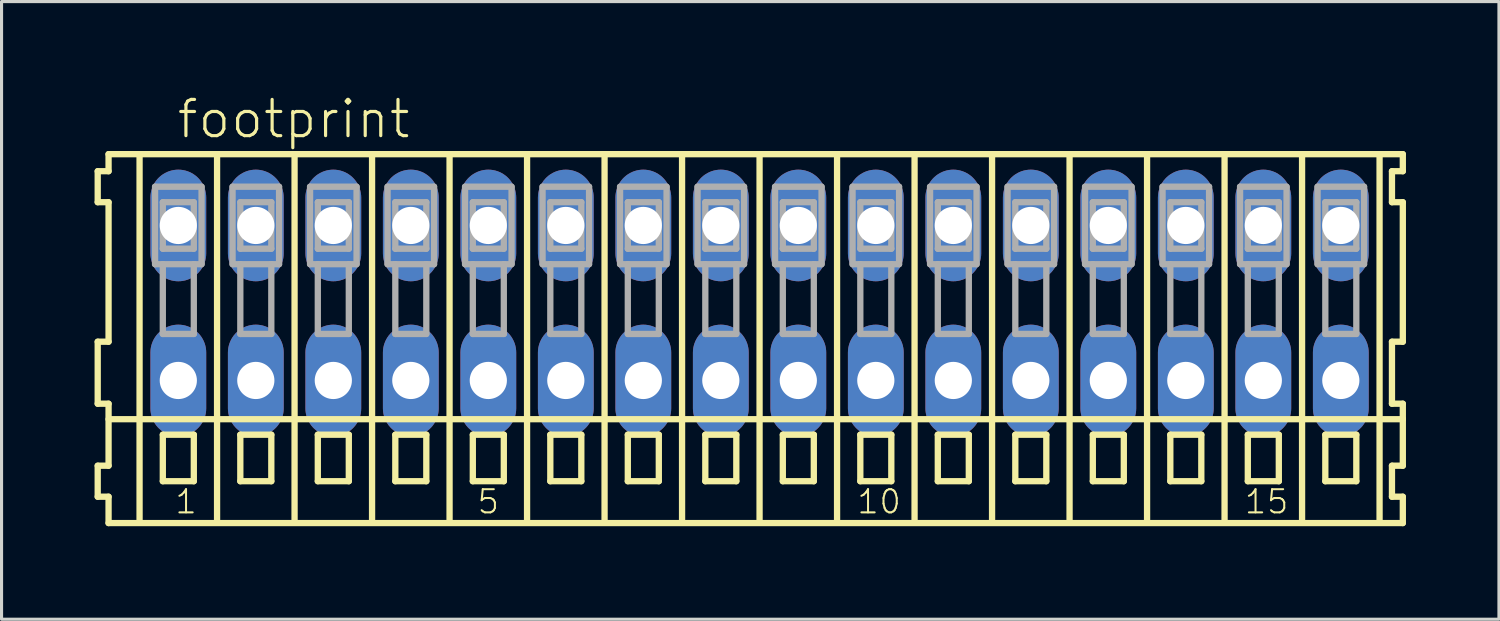
<source format=kicad_pcb>
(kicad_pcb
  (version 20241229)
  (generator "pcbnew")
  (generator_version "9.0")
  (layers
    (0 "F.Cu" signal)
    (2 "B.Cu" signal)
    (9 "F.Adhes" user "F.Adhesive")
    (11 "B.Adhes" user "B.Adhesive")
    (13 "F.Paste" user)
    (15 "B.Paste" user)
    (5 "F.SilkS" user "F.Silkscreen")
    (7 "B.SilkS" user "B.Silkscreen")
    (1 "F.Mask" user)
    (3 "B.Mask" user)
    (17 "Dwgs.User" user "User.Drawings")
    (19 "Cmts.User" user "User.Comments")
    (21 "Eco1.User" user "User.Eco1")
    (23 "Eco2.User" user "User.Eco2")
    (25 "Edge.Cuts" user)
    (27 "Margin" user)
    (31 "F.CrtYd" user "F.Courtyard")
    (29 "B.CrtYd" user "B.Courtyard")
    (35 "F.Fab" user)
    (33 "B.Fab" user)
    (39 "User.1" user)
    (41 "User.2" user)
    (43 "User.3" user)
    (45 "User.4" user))
  (footprint "footprint"
    (layer "F.Cu")
    (at 21.452 6.723)
    (property "Reference" "footprint" (at -18.85 -5.25 0) (layer "F.SilkS") (effects (font (size 1.168 1.168) (thickness 0.102)) (justify left bottom)))
    (fp_line (start -21.35 -4.25) (end -21.35 -3.25) (stroke (width 0.203) (type solid)) (layer "F.SilkS"))
    (fp_line (start -21.35 -3.25) (end -21 -3.25) (stroke (width 0.203) (type solid)) (layer "F.SilkS"))
    (fp_line (start -21.35 1.25) (end -21.35 3.25) (stroke (width 0.203) (type solid)) (layer "F.SilkS"))
    (fp_line (start -21.35 3.25) (end -21 3.25) (stroke (width 0.203) (type solid)) (layer "F.SilkS"))
    (fp_line (start -21.35 5.25) (end -21.35 6.25) (stroke (width 0.203) (type solid)) (layer "F.SilkS"))
    (fp_line (start -21.35 6.25) (end -21 6.25) (stroke (width 0.203) (type solid)) (layer "F.SilkS"))
    (fp_line (start -21 -4.8) (end -21 -4.25) (stroke (width 0.203) (type solid)) (layer "F.SilkS"))
    (fp_line (start -21 -4.25) (end -21.35 -4.25) (stroke (width 0.203) (type solid)) (layer "F.SilkS"))
    (fp_line (start -21 -3.25) (end -21 1.25) (stroke (width 0.203) (type solid)) (layer "F.SilkS"))
    (fp_line (start -21 1.25) (end -21.35 1.25) (stroke (width 0.203) (type solid)) (layer "F.SilkS"))
    (fp_line (start -21 3.25) (end -21 5.25) (stroke (width 0.203) (type solid)) (layer "F.SilkS"))
    (fp_line (start -21 3.75) (end 20.75 3.75) (stroke (width 0.203) (type solid)) (layer "F.SilkS"))
    (fp_line (start -21 5.25) (end -21.35 5.25) (stroke (width 0.203) (type solid)) (layer "F.SilkS"))
    (fp_line (start -21 6.25) (end -21 7.1) (stroke (width 0.203) (type solid)) (layer "F.SilkS"))
    (fp_line (start -21 7.1) (end 20.75 7.1) (stroke (width 0.203) (type solid)) (layer "F.SilkS"))
    (fp_line (start -20 -4.75) (end -20 7) (stroke (width 0.203) (type solid)) (layer "F.SilkS"))
    (fp_line (start -19.25 4.25) (end -19.25 5.75) (stroke (width 0.203) (type solid)) (layer "F.SilkS"))
    (fp_line (start -19.25 5.75) (end -18.25 5.75) (stroke (width 0.203) (type solid)) (layer "F.SilkS"))
    (fp_line (start -18.25 4.25) (end -19.25 4.25) (stroke (width 0.203) (type solid)) (layer "F.SilkS"))
    (fp_line (start -18.25 5.75) (end -18.25 4.25) (stroke (width 0.203) (type solid)) (layer "F.SilkS"))
    (fp_line (start -17.5 -4.75) (end -17.5 7) (stroke (width 0.203) (type solid)) (layer "F.SilkS"))
    (fp_line (start -16.75 4.25) (end -16.75 5.75) (stroke (width 0.203) (type solid)) (layer "F.SilkS"))
    (fp_line (start -16.75 5.75) (end -15.75 5.75) (stroke (width 0.203) (type solid)) (layer "F.SilkS"))
    (fp_line (start -15.75 4.25) (end -16.75 4.25) (stroke (width 0.203) (type solid)) (layer "F.SilkS"))
    (fp_line (start -15.75 5.75) (end -15.75 4.25) (stroke (width 0.203) (type solid)) (layer "F.SilkS"))
    (fp_line (start -15 -4.75) (end -15 7) (stroke (width 0.203) (type solid)) (layer "F.SilkS"))
    (fp_line (start -14.25 4.25) (end -14.25 5.75) (stroke (width 0.203) (type solid)) (layer "F.SilkS"))
    (fp_line (start -14.25 5.75) (end -13.25 5.75) (stroke (width 0.203) (type solid)) (layer "F.SilkS"))
    (fp_line (start -13.25 4.25) (end -14.25 4.25) (stroke (width 0.203) (type solid)) (layer "F.SilkS"))
    (fp_line (start -13.25 5.75) (end -13.25 4.25) (stroke (width 0.203) (type solid)) (layer "F.SilkS"))
    (fp_line (start -12.5 -4.75) (end -12.5 7) (stroke (width 0.203) (type solid)) (layer "F.SilkS"))
    (fp_line (start -11.75 4.25) (end -11.75 5.75) (stroke (width 0.203) (type solid)) (layer "F.SilkS"))
    (fp_line (start -11.75 5.75) (end -10.75 5.75) (stroke (width 0.203) (type solid)) (layer "F.SilkS"))
    (fp_line (start -10.75 4.25) (end -11.75 4.25) (stroke (width 0.203) (type solid)) (layer "F.SilkS"))
    (fp_line (start -10.75 5.75) (end -10.75 4.25) (stroke (width 0.203) (type solid)) (layer "F.SilkS"))
    (fp_line (start -10 -4.75) (end -10 7) (stroke (width 0.203) (type solid)) (layer "F.SilkS"))
    (fp_line (start -9.25 4.25) (end -9.25 5.75) (stroke (width 0.203) (type solid)) (layer "F.SilkS"))
    (fp_line (start -9.25 5.75) (end -8.25 5.75) (stroke (width 0.203) (type solid)) (layer "F.SilkS"))
    (fp_line (start -8.25 4.25) (end -9.25 4.25) (stroke (width 0.203) (type solid)) (layer "F.SilkS"))
    (fp_line (start -8.25 5.75) (end -8.25 4.25) (stroke (width 0.203) (type solid)) (layer "F.SilkS"))
    (fp_line (start -7.5 -4.75) (end -7.5 7) (stroke (width 0.203) (type solid)) (layer "F.SilkS"))
    (fp_line (start -6.75 4.25) (end -6.75 5.75) (stroke (width 0.203) (type solid)) (layer "F.SilkS"))
    (fp_line (start -6.75 5.75) (end -5.75 5.75) (stroke (width 0.203) (type solid)) (layer "F.SilkS"))
    (fp_line (start -5.75 4.25) (end -6.75 4.25) (stroke (width 0.203) (type solid)) (layer "F.SilkS"))
    (fp_line (start -5.75 5.75) (end -5.75 4.25) (stroke (width 0.203) (type solid)) (layer "F.SilkS"))
    (fp_line (start -5 -4.75) (end -5 7) (stroke (width 0.203) (type solid)) (layer "F.SilkS"))
    (fp_line (start -4.25 4.25) (end -4.25 5.75) (stroke (width 0.203) (type solid)) (layer "F.SilkS"))
    (fp_line (start -4.25 5.75) (end -3.25 5.75) (stroke (width 0.203) (type solid)) (layer "F.SilkS"))
    (fp_line (start -3.25 4.25) (end -4.25 4.25) (stroke (width 0.203) (type solid)) (layer "F.SilkS"))
    (fp_line (start -3.25 5.75) (end -3.25 4.25) (stroke (width 0.203) (type solid)) (layer "F.SilkS"))
    (fp_line (start -2.5 -4.75) (end -2.5 7) (stroke (width 0.203) (type solid)) (layer "F.SilkS"))
    (fp_line (start -1.75 4.25) (end -1.75 5.75) (stroke (width 0.203) (type solid)) (layer "F.SilkS"))
    (fp_line (start -1.75 5.75) (end -0.75 5.75) (stroke (width 0.203) (type solid)) (layer "F.SilkS"))
    (fp_line (start -0.75 4.25) (end -1.75 4.25) (stroke (width 0.203) (type solid)) (layer "F.SilkS"))
    (fp_line (start -0.75 5.75) (end -0.75 4.25) (stroke (width 0.203) (type solid)) (layer "F.SilkS"))
    (fp_line (start 0 -4.75) (end 0 7) (stroke (width 0.203) (type solid)) (layer "F.SilkS"))
    (fp_line (start 0.75 4.25) (end 0.75 5.75) (stroke (width 0.203) (type solid)) (layer "F.SilkS"))
    (fp_line (start 0.75 5.75) (end 1.75 5.75) (stroke (width 0.203) (type solid)) (layer "F.SilkS"))
    (fp_line (start 1.75 4.25) (end 0.75 4.25) (stroke (width 0.203) (type solid)) (layer "F.SilkS"))
    (fp_line (start 1.75 5.75) (end 1.75 4.25) (stroke (width 0.203) (type solid)) (layer "F.SilkS"))
    (fp_line (start 2.5 -4.75) (end 2.5 7) (stroke (width 0.203) (type solid)) (layer "F.SilkS"))
    (fp_line (start 3.25 4.25) (end 3.25 5.75) (stroke (width 0.203) (type solid)) (layer "F.SilkS"))
    (fp_line (start 3.25 5.75) (end 4.25 5.75) (stroke (width 0.203) (type solid)) (layer "F.SilkS"))
    (fp_line (start 4.25 4.25) (end 3.25 4.25) (stroke (width 0.203) (type solid)) (layer "F.SilkS"))
    (fp_line (start 4.25 5.75) (end 4.25 4.25) (stroke (width 0.203) (type solid)) (layer "F.SilkS"))
    (fp_line (start 5 -4.75) (end 5 7) (stroke (width 0.203) (type solid)) (layer "F.SilkS"))
    (fp_line (start 5.75 4.25) (end 5.75 5.75) (stroke (width 0.203) (type solid)) (layer "F.SilkS"))
    (fp_line (start 5.75 5.75) (end 6.75 5.75) (stroke (width 0.203) (type solid)) (layer "F.SilkS"))
    (fp_line (start 6.75 4.25) (end 5.75 4.25) (stroke (width 0.203) (type solid)) (layer "F.SilkS"))
    (fp_line (start 6.75 5.75) (end 6.75 4.25) (stroke (width 0.203) (type solid)) (layer "F.SilkS"))
    (fp_line (start 7.5 -4.75) (end 7.5 7) (stroke (width 0.203) (type solid)) (layer "F.SilkS"))
    (fp_line (start 8.25 4.25) (end 8.25 5.75) (stroke (width 0.203) (type solid)) (layer "F.SilkS"))
    (fp_line (start 8.25 5.75) (end 9.25 5.75) (stroke (width 0.203) (type solid)) (layer "F.SilkS"))
    (fp_line (start 9.25 4.25) (end 8.25 4.25) (stroke (width 0.203) (type solid)) (layer "F.SilkS"))
    (fp_line (start 9.25 5.75) (end 9.25 4.25) (stroke (width 0.203) (type solid)) (layer "F.SilkS"))
    (fp_line (start 10 -4.75) (end 10 7) (stroke (width 0.203) (type solid)) (layer "F.SilkS"))
    (fp_line (start 10.75 4.25) (end 10.75 5.75) (stroke (width 0.203) (type solid)) (layer "F.SilkS"))
    (fp_line (start 10.75 5.75) (end 11.75 5.75) (stroke (width 0.203) (type solid)) (layer "F.SilkS"))
    (fp_line (start 11.75 4.25) (end 10.75 4.25) (stroke (width 0.203) (type solid)) (layer "F.SilkS"))
    (fp_line (start 11.75 5.75) (end 11.75 4.25) (stroke (width 0.203) (type solid)) (layer "F.SilkS"))
    (fp_line (start 12.5 -4.75) (end 12.5 7) (stroke (width 0.203) (type solid)) (layer "F.SilkS"))
    (fp_line (start 13.25 4.25) (end 13.25 5.75) (stroke (width 0.203) (type solid)) (layer "F.SilkS"))
    (fp_line (start 13.25 5.75) (end 14.25 5.75) (stroke (width 0.203) (type solid)) (layer "F.SilkS"))
    (fp_line (start 14.25 4.25) (end 13.25 4.25) (stroke (width 0.203) (type solid)) (layer "F.SilkS"))
    (fp_line (start 14.25 5.75) (end 14.25 4.25) (stroke (width 0.203) (type solid)) (layer "F.SilkS"))
    (fp_line (start 15 -4.75) (end 15 7) (stroke (width 0.203) (type solid)) (layer "F.SilkS"))
    (fp_line (start 15.75 4.25) (end 15.75 5.75) (stroke (width 0.203) (type solid)) (layer "F.SilkS"))
    (fp_line (start 15.75 5.75) (end 16.75 5.75) (stroke (width 0.203) (type solid)) (layer "F.SilkS"))
    (fp_line (start 16.75 4.25) (end 15.75 4.25) (stroke (width 0.203) (type solid)) (layer "F.SilkS"))
    (fp_line (start 16.75 5.75) (end 16.75 4.25) (stroke (width 0.203) (type solid)) (layer "F.SilkS"))
    (fp_line (start 17.5 -4.75) (end 17.5 7) (stroke (width 0.203) (type solid)) (layer "F.SilkS"))
    (fp_line (start 18.25 4.25) (end 18.25 5.75) (stroke (width 0.203) (type solid)) (layer "F.SilkS"))
    (fp_line (start 18.25 5.75) (end 19.25 5.75) (stroke (width 0.203) (type solid)) (layer "F.SilkS"))
    (fp_line (start 19.25 4.25) (end 18.25 4.25) (stroke (width 0.203) (type solid)) (layer "F.SilkS"))
    (fp_line (start 19.25 5.75) (end 19.25 4.25) (stroke (width 0.203) (type solid)) (layer "F.SilkS"))
    (fp_line (start 20 -4.75) (end 20 7) (stroke (width 0.203) (type solid)) (layer "F.SilkS"))
    (fp_line (start 20.4 -4.25) (end 20.4 -3.25) (stroke (width 0.203) (type solid)) (layer "F.SilkS"))
    (fp_line (start 20.4 -3.25) (end 20.75 -3.25) (stroke (width 0.203) (type solid)) (layer "F.SilkS"))
    (fp_line (start 20.4 1.25) (end 20.4 3.25) (stroke (width 0.203) (type solid)) (layer "F.SilkS"))
    (fp_line (start 20.4 3.25) (end 20.75 3.25) (stroke (width 0.203) (type solid)) (layer "F.SilkS"))
    (fp_line (start 20.4 5.25) (end 20.4 6.25) (stroke (width 0.203) (type solid)) (layer "F.SilkS"))
    (fp_line (start 20.4 6.25) (end 20.75 6.25) (stroke (width 0.203) (type solid)) (layer "F.SilkS"))
    (fp_line (start 20.75 -4.8) (end -21 -4.8) (stroke (width 0.203) (type solid)) (layer "F.SilkS"))
    (fp_line (start 20.75 -4.25) (end 20.4 -4.25) (stroke (width 0.203) (type solid)) (layer "F.SilkS"))
    (fp_line (start 20.75 -4.25) (end 20.75 -4.8) (stroke (width 0.203) (type solid)) (layer "F.SilkS"))
    (fp_line (start 20.75 1.25) (end 20.4 1.25) (stroke (width 0.203) (type solid)) (layer "F.SilkS"))
    (fp_line (start 20.75 1.25) (end 20.75 -3.25) (stroke (width 0.203) (type solid)) (layer "F.SilkS"))
    (fp_line (start 20.75 3.75) (end 20.75 3.25) (stroke (width 0.203) (type solid)) (layer "F.SilkS"))
    (fp_line (start 20.75 5.25) (end 20.4 5.25) (stroke (width 0.203) (type solid)) (layer "F.SilkS"))
    (fp_line (start 20.75 5.25) (end 20.75 3.75) (stroke (width 0.203) (type solid)) (layer "F.SilkS"))
    (fp_line (start 20.75 7.1) (end 20.75 6.25) (stroke (width 0.203) (type solid)) (layer "F.SilkS"))
    (fp_line (start -19.5 -3.75) (end -19.5 -1.25) (stroke (width 0.203) (type solid)) (layer "F.Fab"))
    (fp_line (start -19.5 -1.25) (end -19.25 -1.25) (stroke (width 0.203) (type solid)) (layer "F.Fab"))
    (fp_line (start -19.25 -3.25) (end -19.25 -1.75) (stroke (width 0.203) (type solid)) (layer "F.Fab"))
    (fp_line (start -19.25 -1.75) (end -18.25 -1.75) (stroke (width 0.203) (type solid)) (layer "F.Fab"))
    (fp_line (start -19.25 -1.25) (end -19.25 1) (stroke (width 0.203) (type solid)) (layer "F.Fab"))
    (fp_line (start -19.25 -1.25) (end -18.25 -1.25) (stroke (width 0.203) (type solid)) (layer "F.Fab"))
    (fp_line (start -19.25 1) (end -18.25 1) (stroke (width 0.203) (type solid)) (layer "F.Fab"))
    (fp_line (start -18.25 -3.25) (end -19.25 -3.25) (stroke (width 0.203) (type solid)) (layer "F.Fab"))
    (fp_line (start -18.25 -1.75) (end -18.25 -3.25) (stroke (width 0.203) (type solid)) (layer "F.Fab"))
    (fp_line (start -18.25 -1.25) (end -18 -1.25) (stroke (width 0.203) (type solid)) (layer "F.Fab"))
    (fp_line (start -18.25 1) (end -18.25 -1.25) (stroke (width 0.203) (type solid)) (layer "F.Fab"))
    (fp_line (start -18 -3.75) (end -19.5 -3.75) (stroke (width 0.203) (type solid)) (layer "F.Fab"))
    (fp_line (start -18 -1.25) (end -18 -3.75) (stroke (width 0.203) (type solid)) (layer "F.Fab"))
    (fp_line (start -17 -3.75) (end -17 -1.25) (stroke (width 0.203) (type solid)) (layer "F.Fab"))
    (fp_line (start -17 -1.25) (end -16.75 -1.25) (stroke (width 0.203) (type solid)) (layer "F.Fab"))
    (fp_line (start -16.75 -3.25) (end -16.75 -1.75) (stroke (width 0.203) (type solid)) (layer "F.Fab"))
    (fp_line (start -16.75 -1.75) (end -15.75 -1.75) (stroke (width 0.203) (type solid)) (layer "F.Fab"))
    (fp_line (start -16.75 -1.25) (end -16.75 1) (stroke (width 0.203) (type solid)) (layer "F.Fab"))
    (fp_line (start -16.75 -1.25) (end -15.75 -1.25) (stroke (width 0.203) (type solid)) (layer "F.Fab"))
    (fp_line (start -16.75 1) (end -15.75 1) (stroke (width 0.203) (type solid)) (layer "F.Fab"))
    (fp_line (start -15.75 -3.25) (end -16.75 -3.25) (stroke (width 0.203) (type solid)) (layer "F.Fab"))
    (fp_line (start -15.75 -1.75) (end -15.75 -3.25) (stroke (width 0.203) (type solid)) (layer "F.Fab"))
    (fp_line (start -15.75 -1.25) (end -15.5 -1.25) (stroke (width 0.203) (type solid)) (layer "F.Fab"))
    (fp_line (start -15.75 1) (end -15.75 -1.25) (stroke (width 0.203) (type solid)) (layer "F.Fab"))
    (fp_line (start -15.5 -3.75) (end -17 -3.75) (stroke (width 0.203) (type solid)) (layer "F.Fab"))
    (fp_line (start -15.5 -1.25) (end -15.5 -3.75) (stroke (width 0.203) (type solid)) (layer "F.Fab"))
    (fp_line (start -14.5 -3.75) (end -14.5 -1.25) (stroke (width 0.203) (type solid)) (layer "F.Fab"))
    (fp_line (start -14.5 -1.25) (end -14.25 -1.25) (stroke (width 0.203) (type solid)) (layer "F.Fab"))
    (fp_line (start -14.25 -3.25) (end -14.25 -1.75) (stroke (width 0.203) (type solid)) (layer "F.Fab"))
    (fp_line (start -14.25 -1.75) (end -13.25 -1.75) (stroke (width 0.203) (type solid)) (layer "F.Fab"))
    (fp_line (start -14.25 -1.25) (end -14.25 1) (stroke (width 0.203) (type solid)) (layer "F.Fab"))
    (fp_line (start -14.25 -1.25) (end -13.25 -1.25) (stroke (width 0.203) (type solid)) (layer "F.Fab"))
    (fp_line (start -14.25 1) (end -13.25 1) (stroke (width 0.203) (type solid)) (layer "F.Fab"))
    (fp_line (start -13.25 -3.25) (end -14.25 -3.25) (stroke (width 0.203) (type solid)) (layer "F.Fab"))
    (fp_line (start -13.25 -1.75) (end -13.25 -3.25) (stroke (width 0.203) (type solid)) (layer "F.Fab"))
    (fp_line (start -13.25 -1.25) (end -13 -1.25) (stroke (width 0.203) (type solid)) (layer "F.Fab"))
    (fp_line (start -13.25 1) (end -13.25 -1.25) (stroke (width 0.203) (type solid)) (layer "F.Fab"))
    (fp_line (start -13 -3.75) (end -14.5 -3.75) (stroke (width 0.203) (type solid)) (layer "F.Fab"))
    (fp_line (start -13 -1.25) (end -13 -3.75) (stroke (width 0.203) (type solid)) (layer "F.Fab"))
    (fp_line (start -12 -3.75) (end -12 -1.25) (stroke (width 0.203) (type solid)) (layer "F.Fab"))
    (fp_line (start -12 -1.25) (end -11.75 -1.25) (stroke (width 0.203) (type solid)) (layer "F.Fab"))
    (fp_line (start -11.75 -3.25) (end -11.75 -1.75) (stroke (width 0.203) (type solid)) (layer "F.Fab"))
    (fp_line (start -11.75 -1.75) (end -10.75 -1.75) (stroke (width 0.203) (type solid)) (layer "F.Fab"))
    (fp_line (start -11.75 -1.25) (end -11.75 1) (stroke (width 0.203) (type solid)) (layer "F.Fab"))
    (fp_line (start -11.75 -1.25) (end -10.75 -1.25) (stroke (width 0.203) (type solid)) (layer "F.Fab"))
    (fp_line (start -11.75 1) (end -10.75 1) (stroke (width 0.203) (type solid)) (layer "F.Fab"))
    (fp_line (start -10.75 -3.25) (end -11.75 -3.25) (stroke (width 0.203) (type solid)) (layer "F.Fab"))
    (fp_line (start -10.75 -1.75) (end -10.75 -3.25) (stroke (width 0.203) (type solid)) (layer "F.Fab"))
    (fp_line (start -10.75 -1.25) (end -10.5 -1.25) (stroke (width 0.203) (type solid)) (layer "F.Fab"))
    (fp_line (start -10.75 1) (end -10.75 -1.25) (stroke (width 0.203) (type solid)) (layer "F.Fab"))
    (fp_line (start -10.5 -3.75) (end -12 -3.75) (stroke (width 0.203) (type solid)) (layer "F.Fab"))
    (fp_line (start -10.5 -1.25) (end -10.5 -3.75) (stroke (width 0.203) (type solid)) (layer "F.Fab"))
    (fp_line (start -9.5 -3.75) (end -9.5 -1.25) (stroke (width 0.203) (type solid)) (layer "F.Fab"))
    (fp_line (start -9.5 -1.25) (end -9.25 -1.25) (stroke (width 0.203) (type solid)) (layer "F.Fab"))
    (fp_line (start -9.25 -3.25) (end -9.25 -1.75) (stroke (width 0.203) (type solid)) (layer "F.Fab"))
    (fp_line (start -9.25 -1.75) (end -8.25 -1.75) (stroke (width 0.203) (type solid)) (layer "F.Fab"))
    (fp_line (start -9.25 -1.25) (end -9.25 1) (stroke (width 0.203) (type solid)) (layer "F.Fab"))
    (fp_line (start -9.25 -1.25) (end -8.25 -1.25) (stroke (width 0.203) (type solid)) (layer "F.Fab"))
    (fp_line (start -9.25 1) (end -8.25 1) (stroke (width 0.203) (type solid)) (layer "F.Fab"))
    (fp_line (start -8.25 -3.25) (end -9.25 -3.25) (stroke (width 0.203) (type solid)) (layer "F.Fab"))
    (fp_line (start -8.25 -1.75) (end -8.25 -3.25) (stroke (width 0.203) (type solid)) (layer "F.Fab"))
    (fp_line (start -8.25 -1.25) (end -8 -1.25) (stroke (width 0.203) (type solid)) (layer "F.Fab"))
    (fp_line (start -8.25 1) (end -8.25 -1.25) (stroke (width 0.203) (type solid)) (layer "F.Fab"))
    (fp_line (start -8 -3.75) (end -9.5 -3.75) (stroke (width 0.203) (type solid)) (layer "F.Fab"))
    (fp_line (start -8 -1.25) (end -8 -3.75) (stroke (width 0.203) (type solid)) (layer "F.Fab"))
    (fp_line (start -7 -3.75) (end -7 -1.25) (stroke (width 0.203) (type solid)) (layer "F.Fab"))
    (fp_line (start -7 -1.25) (end -6.75 -1.25) (stroke (width 0.203) (type solid)) (layer "F.Fab"))
    (fp_line (start -6.75 -3.25) (end -6.75 -1.75) (stroke (width 0.203) (type solid)) (layer "F.Fab"))
    (fp_line (start -6.75 -1.75) (end -5.75 -1.75) (stroke (width 0.203) (type solid)) (layer "F.Fab"))
    (fp_line (start -6.75 -1.25) (end -6.75 1) (stroke (width 0.203) (type solid)) (layer "F.Fab"))
    (fp_line (start -6.75 -1.25) (end -5.75 -1.25) (stroke (width 0.203) (type solid)) (layer "F.Fab"))
    (fp_line (start -6.75 1) (end -5.75 1) (stroke (width 0.203) (type solid)) (layer "F.Fab"))
    (fp_line (start -5.75 -3.25) (end -6.75 -3.25) (stroke (width 0.203) (type solid)) (layer "F.Fab"))
    (fp_line (start -5.75 -1.75) (end -5.75 -3.25) (stroke (width 0.203) (type solid)) (layer "F.Fab"))
    (fp_line (start -5.75 -1.25) (end -5.5 -1.25) (stroke (width 0.203) (type solid)) (layer "F.Fab"))
    (fp_line (start -5.75 1) (end -5.75 -1.25) (stroke (width 0.203) (type solid)) (layer "F.Fab"))
    (fp_line (start -5.5 -3.75) (end -7 -3.75) (stroke (width 0.203) (type solid)) (layer "F.Fab"))
    (fp_line (start -5.5 -1.25) (end -5.5 -3.75) (stroke (width 0.203) (type solid)) (layer "F.Fab"))
    (fp_line (start -4.5 -3.75) (end -4.5 -1.25) (stroke (width 0.203) (type solid)) (layer "F.Fab"))
    (fp_line (start -4.5 -1.25) (end -4.25 -1.25) (stroke (width 0.203) (type solid)) (layer "F.Fab"))
    (fp_line (start -4.25 -3.25) (end -4.25 -1.75) (stroke (width 0.203) (type solid)) (layer "F.Fab"))
    (fp_line (start -4.25 -1.75) (end -3.25 -1.75) (stroke (width 0.203) (type solid)) (layer "F.Fab"))
    (fp_line (start -4.25 -1.25) (end -4.25 1) (stroke (width 0.203) (type solid)) (layer "F.Fab"))
    (fp_line (start -4.25 -1.25) (end -3.25 -1.25) (stroke (width 0.203) (type solid)) (layer "F.Fab"))
    (fp_line (start -4.25 1) (end -3.25 1) (stroke (width 0.203) (type solid)) (layer "F.Fab"))
    (fp_line (start -3.25 -3.25) (end -4.25 -3.25) (stroke (width 0.203) (type solid)) (layer "F.Fab"))
    (fp_line (start -3.25 -1.75) (end -3.25 -3.25) (stroke (width 0.203) (type solid)) (layer "F.Fab"))
    (fp_line (start -3.25 -1.25) (end -3 -1.25) (stroke (width 0.203) (type solid)) (layer "F.Fab"))
    (fp_line (start -3.25 1) (end -3.25 -1.25) (stroke (width 0.203) (type solid)) (layer "F.Fab"))
    (fp_line (start -3 -3.75) (end -4.5 -3.75) (stroke (width 0.203) (type solid)) (layer "F.Fab"))
    (fp_line (start -3 -1.25) (end -3 -3.75) (stroke (width 0.203) (type solid)) (layer "F.Fab"))
    (fp_line (start -2 -3.75) (end -2 -1.25) (stroke (width 0.203) (type solid)) (layer "F.Fab"))
    (fp_line (start -2 -1.25) (end -1.75 -1.25) (stroke (width 0.203) (type solid)) (layer "F.Fab"))
    (fp_line (start -1.75 -3.25) (end -1.75 -1.75) (stroke (width 0.203) (type solid)) (layer "F.Fab"))
    (fp_line (start -1.75 -1.75) (end -0.75 -1.75) (stroke (width 0.203) (type solid)) (layer "F.Fab"))
    (fp_line (start -1.75 -1.25) (end -1.75 1) (stroke (width 0.203) (type solid)) (layer "F.Fab"))
    (fp_line (start -1.75 -1.25) (end -0.75 -1.25) (stroke (width 0.203) (type solid)) (layer "F.Fab"))
    (fp_line (start -1.75 1) (end -0.75 1) (stroke (width 0.203) (type solid)) (layer "F.Fab"))
    (fp_line (start -0.75 -3.25) (end -1.75 -3.25) (stroke (width 0.203) (type solid)) (layer "F.Fab"))
    (fp_line (start -0.75 -1.75) (end -0.75 -3.25) (stroke (width 0.203) (type solid)) (layer "F.Fab"))
    (fp_line (start -0.75 -1.25) (end -0.5 -1.25) (stroke (width 0.203) (type solid)) (layer "F.Fab"))
    (fp_line (start -0.75 1) (end -0.75 -1.25) (stroke (width 0.203) (type solid)) (layer "F.Fab"))
    (fp_line (start -0.5 -3.75) (end -2 -3.75) (stroke (width 0.203) (type solid)) (layer "F.Fab"))
    (fp_line (start -0.5 -1.25) (end -0.5 -3.75) (stroke (width 0.203) (type solid)) (layer "F.Fab"))
    (fp_line (start 0.5 -3.75) (end 0.5 -1.25) (stroke (width 0.203) (type solid)) (layer "F.Fab"))
    (fp_line (start 0.5 -1.25) (end 0.75 -1.25) (stroke (width 0.203) (type solid)) (layer "F.Fab"))
    (fp_line (start 0.75 -3.25) (end 0.75 -1.75) (stroke (width 0.203) (type solid)) (layer "F.Fab"))
    (fp_line (start 0.75 -1.75) (end 1.75 -1.75) (stroke (width 0.203) (type solid)) (layer "F.Fab"))
    (fp_line (start 0.75 -1.25) (end 0.75 1) (stroke (width 0.203) (type solid)) (layer "F.Fab"))
    (fp_line (start 0.75 -1.25) (end 1.75 -1.25) (stroke (width 0.203) (type solid)) (layer "F.Fab"))
    (fp_line (start 0.75 1) (end 1.75 1) (stroke (width 0.203) (type solid)) (layer "F.Fab"))
    (fp_line (start 1.75 -3.25) (end 0.75 -3.25) (stroke (width 0.203) (type solid)) (layer "F.Fab"))
    (fp_line (start 1.75 -1.75) (end 1.75 -3.25) (stroke (width 0.203) (type solid)) (layer "F.Fab"))
    (fp_line (start 1.75 -1.25) (end 2 -1.25) (stroke (width 0.203) (type solid)) (layer "F.Fab"))
    (fp_line (start 1.75 1) (end 1.75 -1.25) (stroke (width 0.203) (type solid)) (layer "F.Fab"))
    (fp_line (start 2 -3.75) (end 0.5 -3.75) (stroke (width 0.203) (type solid)) (layer "F.Fab"))
    (fp_line (start 2 -1.25) (end 2 -3.75) (stroke (width 0.203) (type solid)) (layer "F.Fab"))
    (fp_line (start 3 -3.75) (end 3 -1.25) (stroke (width 0.203) (type solid)) (layer "F.Fab"))
    (fp_line (start 3 -1.25) (end 3.25 -1.25) (stroke (width 0.203) (type solid)) (layer "F.Fab"))
    (fp_line (start 3.25 -3.25) (end 3.25 -1.75) (stroke (width 0.203) (type solid)) (layer "F.Fab"))
    (fp_line (start 3.25 -1.75) (end 4.25 -1.75) (stroke (width 0.203) (type solid)) (layer "F.Fab"))
    (fp_line (start 3.25 -1.25) (end 3.25 1) (stroke (width 0.203) (type solid)) (layer "F.Fab"))
    (fp_line (start 3.25 -1.25) (end 4.25 -1.25) (stroke (width 0.203) (type solid)) (layer "F.Fab"))
    (fp_line (start 3.25 1) (end 4.25 1) (stroke (width 0.203) (type solid)) (layer "F.Fab"))
    (fp_line (start 4.25 -3.25) (end 3.25 -3.25) (stroke (width 0.203) (type solid)) (layer "F.Fab"))
    (fp_line (start 4.25 -1.75) (end 4.25 -3.25) (stroke (width 0.203) (type solid)) (layer "F.Fab"))
    (fp_line (start 4.25 -1.25) (end 4.5 -1.25) (stroke (width 0.203) (type solid)) (layer "F.Fab"))
    (fp_line (start 4.25 1) (end 4.25 -1.25) (stroke (width 0.203) (type solid)) (layer "F.Fab"))
    (fp_line (start 4.5 -3.75) (end 3 -3.75) (stroke (width 0.203) (type solid)) (layer "F.Fab"))
    (fp_line (start 4.5 -1.25) (end 4.5 -3.75) (stroke (width 0.203) (type solid)) (layer "F.Fab"))
    (fp_line (start 5.5 -3.75) (end 5.5 -1.25) (stroke (width 0.203) (type solid)) (layer "F.Fab"))
    (fp_line (start 5.5 -1.25) (end 5.75 -1.25) (stroke (width 0.203) (type solid)) (layer "F.Fab"))
    (fp_line (start 5.75 -3.25) (end 5.75 -1.75) (stroke (width 0.203) (type solid)) (layer "F.Fab"))
    (fp_line (start 5.75 -1.75) (end 6.75 -1.75) (stroke (width 0.203) (type solid)) (layer "F.Fab"))
    (fp_line (start 5.75 -1.25) (end 5.75 1) (stroke (width 0.203) (type solid)) (layer "F.Fab"))
    (fp_line (start 5.75 -1.25) (end 6.75 -1.25) (stroke (width 0.203) (type solid)) (layer "F.Fab"))
    (fp_line (start 5.75 1) (end 6.75 1) (stroke (width 0.203) (type solid)) (layer "F.Fab"))
    (fp_line (start 6.75 -3.25) (end 5.75 -3.25) (stroke (width 0.203) (type solid)) (layer "F.Fab"))
    (fp_line (start 6.75 -1.75) (end 6.75 -3.25) (stroke (width 0.203) (type solid)) (layer "F.Fab"))
    (fp_line (start 6.75 -1.25) (end 7 -1.25) (stroke (width 0.203) (type solid)) (layer "F.Fab"))
    (fp_line (start 6.75 1) (end 6.75 -1.25) (stroke (width 0.203) (type solid)) (layer "F.Fab"))
    (fp_line (start 7 -3.75) (end 5.5 -3.75) (stroke (width 0.203) (type solid)) (layer "F.Fab"))
    (fp_line (start 7 -1.25) (end 7 -3.75) (stroke (width 0.203) (type solid)) (layer "F.Fab"))
    (fp_line (start 8 -3.75) (end 8 -1.25) (stroke (width 0.203) (type solid)) (layer "F.Fab"))
    (fp_line (start 8 -1.25) (end 8.25 -1.25) (stroke (width 0.203) (type solid)) (layer "F.Fab"))
    (fp_line (start 8.25 -3.25) (end 8.25 -1.75) (stroke (width 0.203) (type solid)) (layer "F.Fab"))
    (fp_line (start 8.25 -1.75) (end 9.25 -1.75) (stroke (width 0.203) (type solid)) (layer "F.Fab"))
    (fp_line (start 8.25 -1.25) (end 8.25 1) (stroke (width 0.203) (type solid)) (layer "F.Fab"))
    (fp_line (start 8.25 -1.25) (end 9.25 -1.25) (stroke (width 0.203) (type solid)) (layer "F.Fab"))
    (fp_line (start 8.25 1) (end 9.25 1) (stroke (width 0.203) (type solid)) (layer "F.Fab"))
    (fp_line (start 9.25 -3.25) (end 8.25 -3.25) (stroke (width 0.203) (type solid)) (layer "F.Fab"))
    (fp_line (start 9.25 -1.75) (end 9.25 -3.25) (stroke (width 0.203) (type solid)) (layer "F.Fab"))
    (fp_line (start 9.25 -1.25) (end 9.5 -1.25) (stroke (width 0.203) (type solid)) (layer "F.Fab"))
    (fp_line (start 9.25 1) (end 9.25 -1.25) (stroke (width 0.203) (type solid)) (layer "F.Fab"))
    (fp_line (start 9.5 -3.75) (end 8 -3.75) (stroke (width 0.203) (type solid)) (layer "F.Fab"))
    (fp_line (start 9.5 -1.25) (end 9.5 -3.75) (stroke (width 0.203) (type solid)) (layer "F.Fab"))
    (fp_line (start 10.5 -3.75) (end 10.5 -1.25) (stroke (width 0.203) (type solid)) (layer "F.Fab"))
    (fp_line (start 10.5 -1.25) (end 10.75 -1.25) (stroke (width 0.203) (type solid)) (layer "F.Fab"))
    (fp_line (start 10.75 -3.25) (end 10.75 -1.75) (stroke (width 0.203) (type solid)) (layer "F.Fab"))
    (fp_line (start 10.75 -1.75) (end 11.75 -1.75) (stroke (width 0.203) (type solid)) (layer "F.Fab"))
    (fp_line (start 10.75 -1.25) (end 10.75 1) (stroke (width 0.203) (type solid)) (layer "F.Fab"))
    (fp_line (start 10.75 -1.25) (end 11.75 -1.25) (stroke (width 0.203) (type solid)) (layer "F.Fab"))
    (fp_line (start 10.75 1) (end 11.75 1) (stroke (width 0.203) (type solid)) (layer "F.Fab"))
    (fp_line (start 11.75 -3.25) (end 10.75 -3.25) (stroke (width 0.203) (type solid)) (layer "F.Fab"))
    (fp_line (start 11.75 -1.75) (end 11.75 -3.25) (stroke (width 0.203) (type solid)) (layer "F.Fab"))
    (fp_line (start 11.75 -1.25) (end 12 -1.25) (stroke (width 0.203) (type solid)) (layer "F.Fab"))
    (fp_line (start 11.75 1) (end 11.75 -1.25) (stroke (width 0.203) (type solid)) (layer "F.Fab"))
    (fp_line (start 12 -3.75) (end 10.5 -3.75) (stroke (width 0.203) (type solid)) (layer "F.Fab"))
    (fp_line (start 12 -1.25) (end 12 -3.75) (stroke (width 0.203) (type solid)) (layer "F.Fab"))
    (fp_line (start 13 -3.75) (end 13 -1.25) (stroke (width 0.203) (type solid)) (layer "F.Fab"))
    (fp_line (start 13 -1.25) (end 13.25 -1.25) (stroke (width 0.203) (type solid)) (layer "F.Fab"))
    (fp_line (start 13.25 -3.25) (end 13.25 -1.75) (stroke (width 0.203) (type solid)) (layer "F.Fab"))
    (fp_line (start 13.25 -1.75) (end 14.25 -1.75) (stroke (width 0.203) (type solid)) (layer "F.Fab"))
    (fp_line (start 13.25 -1.25) (end 13.25 1) (stroke (width 0.203) (type solid)) (layer "F.Fab"))
    (fp_line (start 13.25 -1.25) (end 14.25 -1.25) (stroke (width 0.203) (type solid)) (layer "F.Fab"))
    (fp_line (start 13.25 1) (end 14.25 1) (stroke (width 0.203) (type solid)) (layer "F.Fab"))
    (fp_line (start 14.25 -3.25) (end 13.25 -3.25) (stroke (width 0.203) (type solid)) (layer "F.Fab"))
    (fp_line (start 14.25 -1.75) (end 14.25 -3.25) (stroke (width 0.203) (type solid)) (layer "F.Fab"))
    (fp_line (start 14.25 -1.25) (end 14.5 -1.25) (stroke (width 0.203) (type solid)) (layer "F.Fab"))
    (fp_line (start 14.25 1) (end 14.25 -1.25) (stroke (width 0.203) (type solid)) (layer "F.Fab"))
    (fp_line (start 14.5 -3.75) (end 13 -3.75) (stroke (width 0.203) (type solid)) (layer "F.Fab"))
    (fp_line (start 14.5 -1.25) (end 14.5 -3.75) (stroke (width 0.203) (type solid)) (layer "F.Fab"))
    (fp_line (start 15.5 -3.75) (end 15.5 -1.25) (stroke (width 0.203) (type solid)) (layer "F.Fab"))
    (fp_line (start 15.5 -1.25) (end 15.75 -1.25) (stroke (width 0.203) (type solid)) (layer "F.Fab"))
    (fp_line (start 15.75 -3.25) (end 15.75 -1.75) (stroke (width 0.203) (type solid)) (layer "F.Fab"))
    (fp_line (start 15.75 -1.75) (end 16.75 -1.75) (stroke (width 0.203) (type solid)) (layer "F.Fab"))
    (fp_line (start 15.75 -1.25) (end 15.75 1) (stroke (width 0.203) (type solid)) (layer "F.Fab"))
    (fp_line (start 15.75 -1.25) (end 16.75 -1.25) (stroke (width 0.203) (type solid)) (layer "F.Fab"))
    (fp_line (start 15.75 1) (end 16.75 1) (stroke (width 0.203) (type solid)) (layer "F.Fab"))
    (fp_line (start 16.75 -3.25) (end 15.75 -3.25) (stroke (width 0.203) (type solid)) (layer "F.Fab"))
    (fp_line (start 16.75 -1.75) (end 16.75 -3.25) (stroke (width 0.203) (type solid)) (layer "F.Fab"))
    (fp_line (start 16.75 -1.25) (end 17 -1.25) (stroke (width 0.203) (type solid)) (layer "F.Fab"))
    (fp_line (start 16.75 1) (end 16.75 -1.25) (stroke (width 0.203) (type solid)) (layer "F.Fab"))
    (fp_line (start 17 -3.75) (end 15.5 -3.75) (stroke (width 0.203) (type solid)) (layer "F.Fab"))
    (fp_line (start 17 -1.25) (end 17 -3.75) (stroke (width 0.203) (type solid)) (layer "F.Fab"))
    (fp_line (start 18 -3.75) (end 18 -1.25) (stroke (width 0.203) (type solid)) (layer "F.Fab"))
    (fp_line (start 18 -1.25) (end 18.25 -1.25) (stroke (width 0.203) (type solid)) (layer "F.Fab"))
    (fp_line (start 18.25 -3.25) (end 18.25 -1.75) (stroke (width 0.203) (type solid)) (layer "F.Fab"))
    (fp_line (start 18.25 -1.75) (end 19.25 -1.75) (stroke (width 0.203) (type solid)) (layer "F.Fab"))
    (fp_line (start 18.25 -1.25) (end 18.25 1) (stroke (width 0.203) (type solid)) (layer "F.Fab"))
    (fp_line (start 18.25 -1.25) (end 19.25 -1.25) (stroke (width 0.203) (type solid)) (layer "F.Fab"))
    (fp_line (start 18.25 1) (end 19.25 1) (stroke (width 0.203) (type solid)) (layer "F.Fab"))
    (fp_line (start 19.25 -3.25) (end 18.25 -3.25) (stroke (width 0.203) (type solid)) (layer "F.Fab"))
    (fp_line (start 19.25 -1.75) (end 19.25 -3.25) (stroke (width 0.203) (type solid)) (layer "F.Fab"))
    (fp_line (start 19.25 -1.25) (end 19.5 -1.25) (stroke (width 0.203) (type solid)) (layer "F.Fab"))
    (fp_line (start 19.25 1) (end 19.25 -1.25) (stroke (width 0.203) (type solid)) (layer "F.Fab"))
    (fp_line (start 19.5 -3.75) (end 18 -3.75) (stroke (width 0.203) (type solid)) (layer "F.Fab"))
    (fp_line (start 19.5 -1.25) (end 19.5 -3.75) (stroke (width 0.203) (type solid)) (layer "F.Fab"))
    (fp_text user "15" (at 15.6 6.85 0) (layer "F.SilkS") (effects (font (size 0.748 0.748) (thickness 0.065)) (justify left bottom)))
    (fp_text user "10" (at 3.1 6.85 0) (layer "F.SilkS") (effects (font (size 0.748 0.748) (thickness 0.065)) (justify left bottom)))
    (fp_text user "1" (at -18.9 6.85 0) (layer "F.SilkS") (effects (font (size 0.748 0.748) (thickness 0.065)) (justify left bottom)))
    (fp_text user "5" (at -9.15 6.85 0) (layer "F.SilkS") (effects (font (size 0.748 0.748) (thickness 0.065)) (justify left bottom)))
    (pad "A1" thru_hole oval (at -18.75 -2.5 90) (size 3.6 1.8) (drill 1.2) (layers "*.Cu" "*.Mask"))
    (pad "A2" thru_hole oval (at -16.25 -2.5 90) (size 3.6 1.8) (drill 1.2) (layers "*.Cu" "*.Mask"))
    (pad "A3" thru_hole oval (at -13.75 -2.5 90) (size 3.6 1.8) (drill 1.2) (layers "*.Cu" "*.Mask"))
    (pad "A4" thru_hole oval (at -11.25 -2.5 90) (size 3.6 1.8) (drill 1.2) (layers "*.Cu" "*.Mask"))
    (pad "A5" thru_hole oval (at -8.75 -2.5 90) (size 3.6 1.8) (drill 1.2) (layers "*.Cu" "*.Mask"))
    (pad "A6" thru_hole oval (at -6.25 -2.5 90) (size 3.6 1.8) (drill 1.2) (layers "*.Cu" "*.Mask"))
    (pad "A7" thru_hole oval (at -3.75 -2.5 90) (size 3.6 1.8) (drill 1.2) (layers "*.Cu" "*.Mask"))
    (pad "A8" thru_hole oval (at -1.25 -2.5 90) (size 3.6 1.8) (drill 1.2) (layers "*.Cu" "*.Mask"))
    (pad "A9" thru_hole oval (at 1.25 -2.5 90) (size 3.6 1.8) (drill 1.2) (layers "*.Cu" "*.Mask"))
    (pad "A10" thru_hole oval (at 3.75 -2.5 90) (size 3.6 1.8) (drill 1.2) (layers "*.Cu" "*.Mask"))
    (pad "A11" thru_hole oval (at 6.25 -2.5 90) (size 3.6 1.8) (drill 1.2) (layers "*.Cu" "*.Mask"))
    (pad "A12" thru_hole oval (at 8.75 -2.5 90) (size 3.6 1.8) (drill 1.2) (layers "*.Cu" "*.Mask"))
    (pad "A13" thru_hole oval (at 11.25 -2.5 90) (size 3.6 1.8) (drill 1.2) (layers "*.Cu" "*.Mask"))
    (pad "A14" thru_hole oval (at 13.75 -2.5 90) (size 3.6 1.8) (drill 1.2) (layers "*.Cu" "*.Mask"))
    (pad "A15" thru_hole oval (at 16.25 -2.5 90) (size 3.6 1.8) (drill 1.2) (layers "*.Cu" "*.Mask"))
    (pad "A16" thru_hole oval (at 18.75 -2.5 90) (size 3.6 1.8) (drill 1.2) (layers "*.Cu" "*.Mask"))
    (pad "B1" thru_hole oval (at -18.75 2.5 90) (size 3.6 1.8) (drill 1.2) (layers "*.Cu" "*.Mask"))
    (pad "B2" thru_hole oval (at -16.25 2.5 90) (size 3.6 1.8) (drill 1.2) (layers "*.Cu" "*.Mask"))
    (pad "B3" thru_hole oval (at -13.75 2.5 90) (size 3.6 1.8) (drill 1.2) (layers "*.Cu" "*.Mask"))
    (pad "B4" thru_hole oval (at -11.25 2.5 90) (size 3.6 1.8) (drill 1.2) (layers "*.Cu" "*.Mask"))
    (pad "B5" thru_hole oval (at -8.75 2.5 90) (size 3.6 1.8) (drill 1.2) (layers "*.Cu" "*.Mask"))
    (pad "B6" thru_hole oval (at -6.25 2.5 90) (size 3.6 1.8) (drill 1.2) (layers "*.Cu" "*.Mask"))
    (pad "B7" thru_hole oval (at -3.75 2.5 90) (size 3.6 1.8) (drill 1.2) (layers "*.Cu" "*.Mask"))
    (pad "B8" thru_hole oval (at -1.25 2.5 90) (size 3.6 1.8) (drill 1.2) (layers "*.Cu" "*.Mask"))
    (pad "B9" thru_hole oval (at 1.25 2.5 90) (size 3.6 1.8) (drill 1.2) (layers "*.Cu" "*.Mask"))
    (pad "B10" thru_hole oval (at 3.75 2.5 90) (size 3.6 1.8) (drill 1.2) (layers "*.Cu" "*.Mask"))
    (pad "B11" thru_hole oval (at 6.25 2.5 90) (size 3.6 1.8) (drill 1.2) (layers "*.Cu" "*.Mask"))
    (pad "B12" thru_hole oval (at 8.75 2.5 90) (size 3.6 1.8) (drill 1.2) (layers "*.Cu" "*.Mask"))
    (pad "B13" thru_hole oval (at 11.25 2.5 90) (size 3.6 1.8) (drill 1.2) (layers "*.Cu" "*.Mask"))
    (pad "B14" thru_hole oval (at 13.75 2.5 90) (size 3.6 1.8) (drill 1.2) (layers "*.Cu" "*.Mask"))
    (pad "B15" thru_hole oval (at 16.25 2.5 90) (size 3.6 1.8) (drill 1.2) (layers "*.Cu" "*.Mask"))
    (pad "B16" thru_hole oval (at 18.75 2.5 90) (size 3.6 1.8) (drill 1.2) (layers "*.Cu" "*.Mask")))
  (gr_rect
    (start -3 -3)
    (end 45.303 16.925)
    (stroke (width 0.1) (type default))
    (fill no)
    (layer "Edge.Cuts")))
</source>
